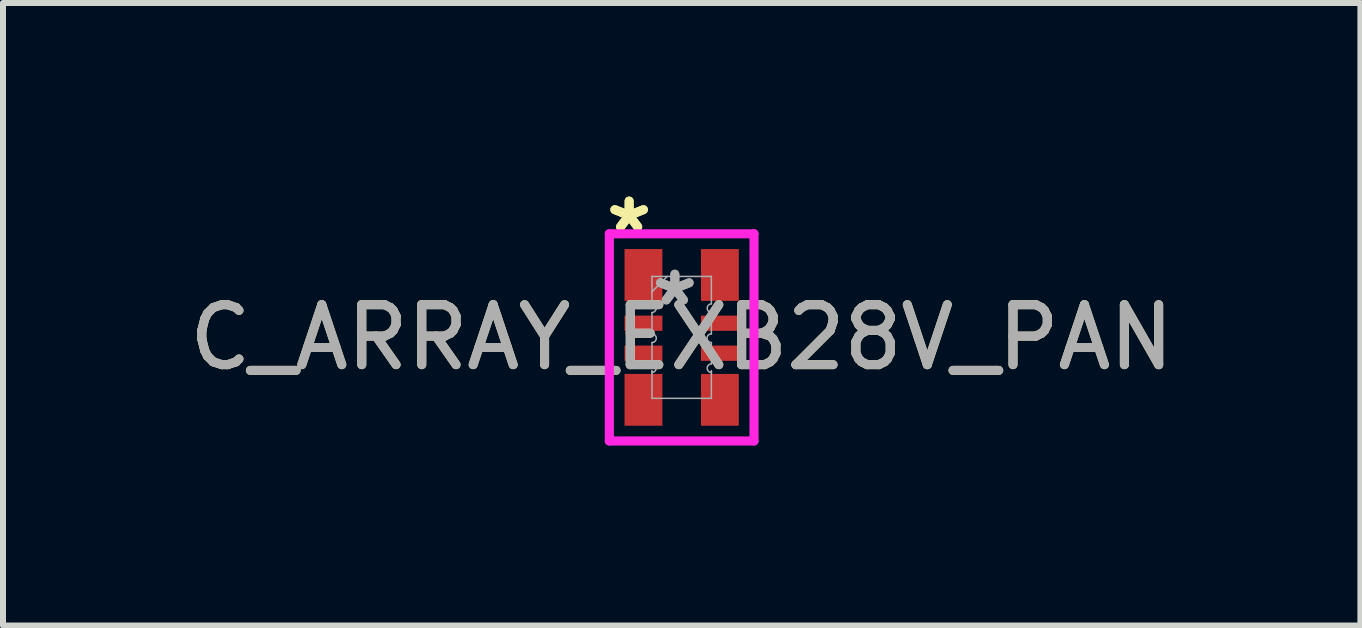
<source format=kicad_pcb>
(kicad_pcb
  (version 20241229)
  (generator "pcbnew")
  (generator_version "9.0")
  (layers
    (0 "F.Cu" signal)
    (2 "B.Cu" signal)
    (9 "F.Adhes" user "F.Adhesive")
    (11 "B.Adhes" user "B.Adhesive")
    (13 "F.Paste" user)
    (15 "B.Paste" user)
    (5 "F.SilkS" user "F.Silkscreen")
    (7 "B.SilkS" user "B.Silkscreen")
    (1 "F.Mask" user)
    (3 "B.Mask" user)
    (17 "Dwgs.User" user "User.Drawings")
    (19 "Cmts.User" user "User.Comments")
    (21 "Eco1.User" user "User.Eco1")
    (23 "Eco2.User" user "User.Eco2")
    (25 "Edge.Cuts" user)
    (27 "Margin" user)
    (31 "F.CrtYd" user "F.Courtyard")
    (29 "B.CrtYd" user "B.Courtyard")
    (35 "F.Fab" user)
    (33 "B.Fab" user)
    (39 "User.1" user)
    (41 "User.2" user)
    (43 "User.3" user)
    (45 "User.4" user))
  (footprint "C_ARRAY_EXB28V_PAN"
    (layer "F.Cu")
    (at 8.315 2.575)
    (property "Reference" "C_ARRAY_EXB28V_PAN" (at 0 0 0) (unlocked yes) (layer "F.SilkS") (effects (font (size 1 1) (thickness 0.15))))
    (attr smd)
    (fp_line (start -1.206 -1.727) (end 1.206 -1.727) (stroke (width 0.152) (type solid)) (layer "F.CrtYd"))
    (fp_line (start -1.206 1.727) (end -1.206 -1.727) (stroke (width 0.152) (type solid)) (layer "F.CrtYd"))
    (fp_line (start 1.206 -1.727) (end 1.206 1.727) (stroke (width 0.152) (type solid)) (layer "F.CrtYd"))
    (fp_line (start 1.206 1.727) (end -1.206 1.727) (stroke (width 0.152) (type solid)) (layer "F.CrtYd"))
    (fp_line (start -0.495 -1.016) (end 0.495 -1.016) (stroke (width 0.025) (type solid)) (layer "F.Fab"))
    (fp_line (start -0.495 -0.559) (end -0.495 -1.016) (stroke (width 0.025) (type solid)) (layer "F.Fab"))
    (fp_line (start -0.495 -0.414) (end -0.495 -0.059) (stroke (width 0.025) (type solid)) (layer "F.Fab"))
    (fp_line (start -0.495 0.086) (end -0.495 0.441) (stroke (width 0.025) (type solid)) (layer "F.Fab"))
    (fp_line (start -0.495 0.559) (end -0.495 1.016) (stroke (width 0.025) (type solid)) (layer "F.Fab"))
    (fp_line (start -0.495 0.586) (end -0.495 0.559) (stroke (width 0.025) (type solid)) (layer "F.Fab"))
    (fp_line (start -0.495 1.016) (end 0.495 1.016) (stroke (width 0.025) (type solid)) (layer "F.Fab"))
    (fp_line (start -0.241 -1.016) (end -0.495 -0.762) (stroke (width 0.025) (type solid)) (layer "F.Fab"))
    (fp_line (start 0.495 -0.559) (end 0.495 -1.016) (stroke (width 0.025) (type solid)) (layer "F.Fab"))
    (fp_line (start 0.495 -0.414) (end 0.495 -0.059) (stroke (width 0.025) (type solid)) (layer "F.Fab"))
    (fp_line (start 0.495 0.086) (end 0.495 0.441) (stroke (width 0.025) (type solid)) (layer "F.Fab"))
    (fp_line (start 0.495 0.559) (end 0.495 1.016) (stroke (width 0.025) (type solid)) (layer "F.Fab"))
    (fp_line (start 0.495 0.586) (end 0.495 0.559) (stroke (width 0.025) (type solid)) (layer "F.Fab"))
    (fp_arc (start -0.4953 -0.5588) (mid -0.423037 -0.486537) (end -0.4953 -0.414274) (stroke (width 0.0254) (type solid)) (layer "F.Fab"))
    (fp_arc (start -0.4953 -0.058674) (mid -0.423037 0.013589) (end -0.4953 0.085852) (stroke (width 0.0254) (type solid)) (layer "F.Fab"))
    (fp_arc (start -0.4953 0.441452) (mid -0.423037 0.513715) (end -0.4953 0.585978) (stroke (width 0.0254) (type solid)) (layer "F.Fab"))
    (fp_arc (start 0.4953 -0.414274) (mid 0.423037 -0.486537) (end 0.4953 -0.5588) (stroke (width 0.0254) (type solid)) (layer "F.Fab"))
    (fp_arc (start 0.4953 0.085852) (mid 0.423037 0.013589) (end 0.4953 -0.058674) (stroke (width 0.0254) (type solid)) (layer "F.Fab"))
    (fp_arc (start 0.4953 0.585978) (mid 0.423037 0.513715) (end 0.4953 0.441452) (stroke (width 0.0254) (type solid)) (layer "F.Fab"))
    (fp_text user "*" (at -0.876 -1.727 0) (layer "F.SilkS") (effects (font (size 1 1) (thickness 0.15))))
    (fp_text user "*" (at -0.876 -1.727 0) (unlocked yes) (layer "F.SilkS") (effects (font (size 1 1) (thickness 0.15))))
    (fp_text user "*" (at -0.114 -0.508 0) (layer "F.Fab") (effects (font (size 1 1) (thickness 0.15))))
    (fp_text user "*" (at -0.114 -0.508 0) (unlocked yes) (layer "F.Fab") (effects (font (size 1 1) (thickness 0.15))))
    (fp_text user "${REFERENCE}" (at 0 0 0) (unlocked yes) (layer "F.Fab") (effects (font (size 1 1) (thickness 0.15))))
    (pad "1" smd rect (at -0.637 -1.041) (size 0.631 0.864) (layers "F.Cu" "F.Mask" "F.Paste"))
    (pad "2" smd rect (at -0.637 -0.236) (size 0.631 0.254) (layers "F.Cu" "F.Mask" "F.Paste"))
    (pad "3" smd rect (at -0.637 0.264) (size 0.631 0.254) (layers "F.Cu" "F.Mask" "F.Paste"))
    (pad "4" smd rect (at -0.637 1.041) (size 0.631 0.864) (layers "F.Cu" "F.Mask" "F.Paste"))
    (pad "5" smd rect (at 0.637 1.041) (size 0.631 0.864) (layers "F.Cu" "F.Mask" "F.Paste"))
    (pad "6" smd rect (at 0.637 0.264) (size 0.631 0.254) (layers "F.Cu" "F.Mask" "F.Paste"))
    (pad "7" smd rect (at 0.637 -0.236) (size 0.631 0.254) (layers "F.Cu" "F.Mask" "F.Paste"))
    (pad "8" smd rect (at 0.637 -1.041) (size 0.631 0.864) (layers "F.Cu" "F.Mask" "F.Paste")))
  (gr_rect
    (start -3 -3)
    (end 19.631 7.379)
    (stroke (width 0.1) (type default))
    (fill no)
    (layer "Edge.Cuts")))
</source>
